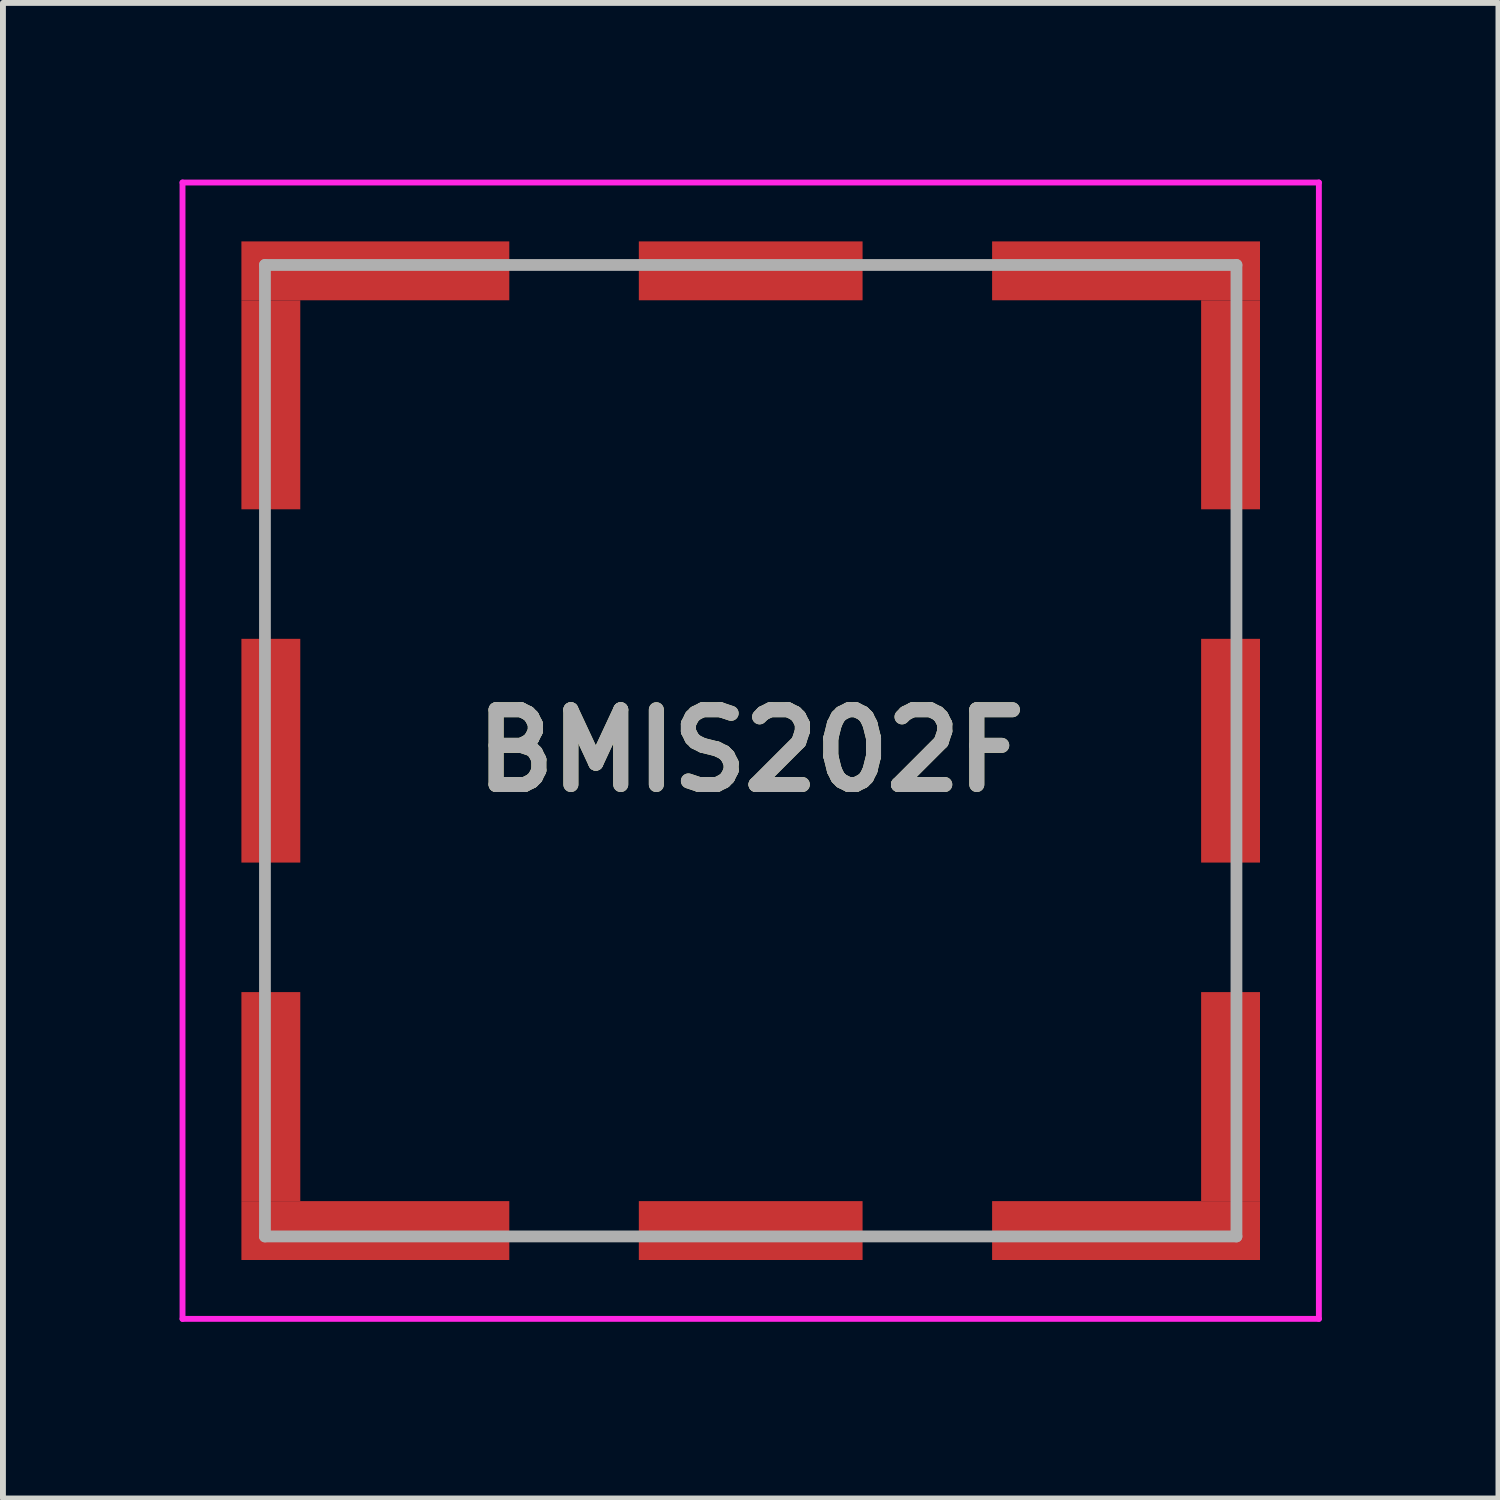
<source format=kicad_pcb>
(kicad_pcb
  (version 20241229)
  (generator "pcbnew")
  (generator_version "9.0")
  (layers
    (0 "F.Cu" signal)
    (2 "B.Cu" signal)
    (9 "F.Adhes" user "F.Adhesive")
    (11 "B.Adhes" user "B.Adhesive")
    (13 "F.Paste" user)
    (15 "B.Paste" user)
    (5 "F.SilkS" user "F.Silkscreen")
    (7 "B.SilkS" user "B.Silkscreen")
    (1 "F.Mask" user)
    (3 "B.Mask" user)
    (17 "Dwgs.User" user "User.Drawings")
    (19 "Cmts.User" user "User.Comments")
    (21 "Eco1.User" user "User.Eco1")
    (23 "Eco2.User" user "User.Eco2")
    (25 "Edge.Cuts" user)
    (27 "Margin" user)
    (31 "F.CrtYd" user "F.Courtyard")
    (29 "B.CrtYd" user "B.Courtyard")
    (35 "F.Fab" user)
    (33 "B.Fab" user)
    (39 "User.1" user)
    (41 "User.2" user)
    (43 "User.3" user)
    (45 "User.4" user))
  (footprint "BMIS202F"
    (layer "F.Cu")
    (at 9.7 9.7)
    (property "Reference" "BMIS202F" (at 0 0 0) (layer "F.SilkS") (effects (font (size 1.27 1.27) (thickness 0.254))))
    (attr smd)
    (fp_line (start -8.25 -3.75) (end -8.25 -2.25) (stroke (width 0.1) (type solid)) (layer "F.SilkS"))
    (fp_line (start -8.25 2.25) (end -8.25 3.75) (stroke (width 0.1) (type solid)) (layer "F.SilkS"))
    (fp_line (start -3.75 -8.25) (end -2.25 -8.25) (stroke (width 0.1) (type solid)) (layer "F.SilkS"))
    (fp_line (start -3.75 8.25) (end -2.25 8.25) (stroke (width 0.1) (type solid)) (layer "F.SilkS"))
    (fp_line (start 2.25 -8.25) (end 3.75 -8.25) (stroke (width 0.1) (type solid)) (layer "F.SilkS"))
    (fp_line (start 2.25 8.25) (end 3.75 8.25) (stroke (width 0.1) (type solid)) (layer "F.SilkS"))
    (fp_line (start 8.25 -3.75) (end 8.25 -2.25) (stroke (width 0.1) (type solid)) (layer "F.SilkS"))
    (fp_line (start 8.25 2.25) (end 8.25 3.75) (stroke (width 0.1) (type solid)) (layer "F.SilkS"))
    (fp_line (start -9.65 -9.65) (end 9.65 -9.65) (stroke (width 0.1) (type solid)) (layer "F.CrtYd"))
    (fp_line (start -9.65 9.65) (end -9.65 -9.65) (stroke (width 0.1) (type solid)) (layer "F.CrtYd"))
    (fp_line (start 9.65 -9.65) (end 9.65 9.65) (stroke (width 0.1) (type solid)) (layer "F.CrtYd"))
    (fp_line (start 9.65 9.65) (end -9.65 9.65) (stroke (width 0.1) (type solid)) (layer "F.CrtYd"))
    (fp_line (start -8.25 -8.25) (end 8.25 -8.25) (stroke (width 0.2) (type solid)) (layer "F.Fab"))
    (fp_line (start -8.25 8.25) (end -8.25 -8.25) (stroke (width 0.2) (type solid)) (layer "F.Fab"))
    (fp_line (start 8.25 -8.25) (end 8.25 8.25) (stroke (width 0.2) (type solid)) (layer "F.Fab"))
    (fp_line (start 8.25 8.25) (end -8.25 8.25) (stroke (width 0.2) (type solid)) (layer "F.Fab"))
    (fp_text user "${REFERENCE}" (at 0 0 0) (layer "F.Fab") (effects (font (size 1.27 1.27) (thickness 0.254))))
    (pad "1" smd rect (at -6.375 8.15 90) (size 1 4.55) (layers "F.Cu" "F.Mask" "F.Paste"))
    (pad "2" smd rect (at 0 8.15 90) (size 1 3.8) (layers "F.Cu" "F.Mask" "F.Paste"))
    (pad "3" smd rect (at 6.375 8.15 90) (size 1 4.55) (layers "F.Cu" "F.Mask" "F.Paste"))
    (pad "4" smd rect (at 8.15 5.875) (size 1 3.55) (layers "F.Cu" "F.Mask" "F.Paste"))
    (pad "5" smd rect (at 8.15 0) (size 1 3.8) (layers "F.Cu" "F.Mask" "F.Paste"))
    (pad "6" smd rect (at 8.15 -5.875) (size 1 3.55) (layers "F.Cu" "F.Mask" "F.Paste"))
    (pad "7" smd rect (at 6.375 -8.15 90) (size 1 4.55) (layers "F.Cu" "F.Mask" "F.Paste"))
    (pad "8" smd rect (at 0 -8.15 90) (size 1 3.8) (layers "F.Cu" "F.Mask" "F.Paste"))
    (pad "9" smd rect (at -6.375 -8.15 90) (size 1 4.55) (layers "F.Cu" "F.Mask" "F.Paste"))
    (pad "10" smd rect (at -8.15 -5.875) (size 1 3.55) (layers "F.Cu" "F.Mask" "F.Paste"))
    (pad "11" smd rect (at -8.15 0) (size 1 3.8) (layers "F.Cu" "F.Mask" "F.Paste"))
    (pad "12" smd rect (at -8.15 5.875) (size 1 3.55) (layers "F.Cu" "F.Mask" "F.Paste")))
  (gr_rect
    (start -3 -3)
    (end 22.4 22.4)
    (stroke (width 0.1) (type default))
    (fill no)
    (layer "Edge.Cuts")))
</source>
